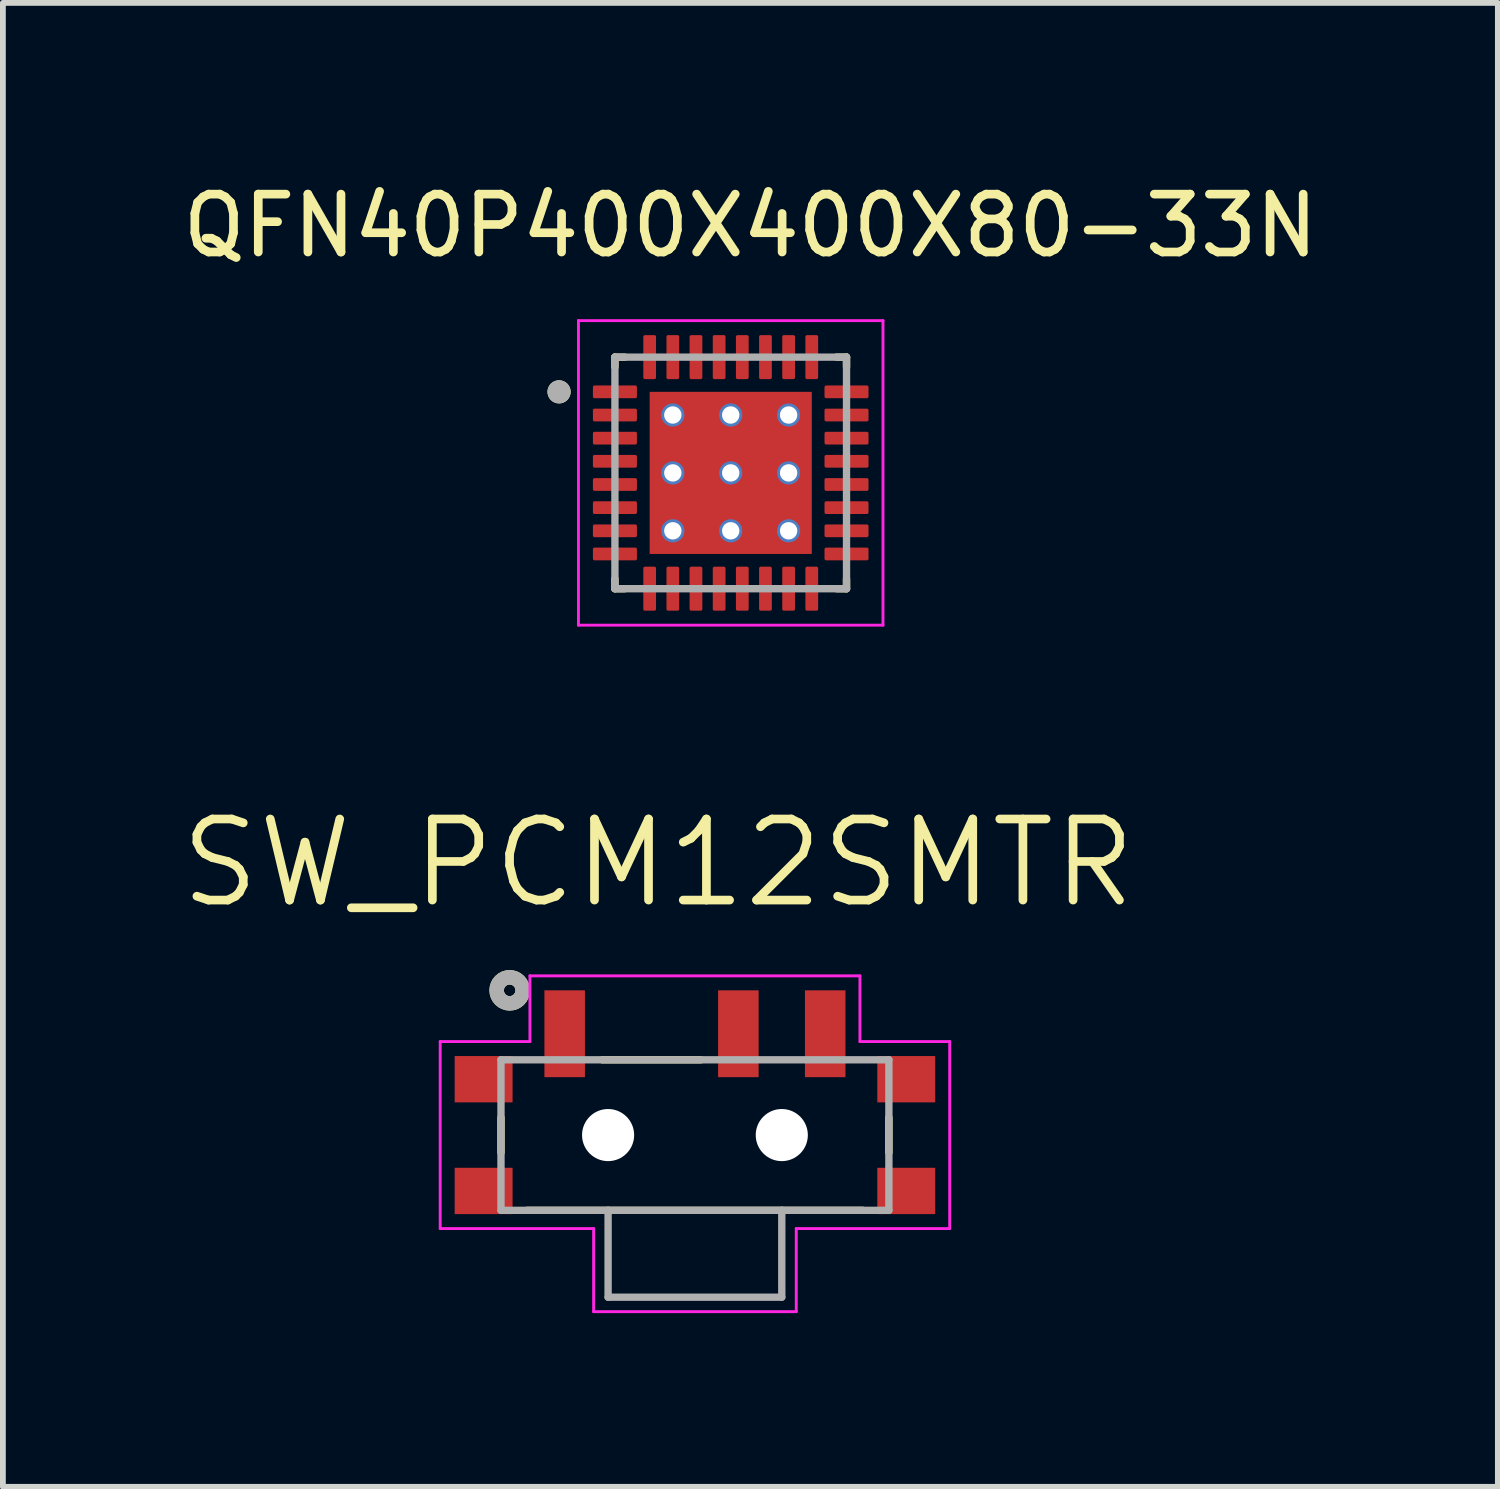
<source format=kicad_pcb>
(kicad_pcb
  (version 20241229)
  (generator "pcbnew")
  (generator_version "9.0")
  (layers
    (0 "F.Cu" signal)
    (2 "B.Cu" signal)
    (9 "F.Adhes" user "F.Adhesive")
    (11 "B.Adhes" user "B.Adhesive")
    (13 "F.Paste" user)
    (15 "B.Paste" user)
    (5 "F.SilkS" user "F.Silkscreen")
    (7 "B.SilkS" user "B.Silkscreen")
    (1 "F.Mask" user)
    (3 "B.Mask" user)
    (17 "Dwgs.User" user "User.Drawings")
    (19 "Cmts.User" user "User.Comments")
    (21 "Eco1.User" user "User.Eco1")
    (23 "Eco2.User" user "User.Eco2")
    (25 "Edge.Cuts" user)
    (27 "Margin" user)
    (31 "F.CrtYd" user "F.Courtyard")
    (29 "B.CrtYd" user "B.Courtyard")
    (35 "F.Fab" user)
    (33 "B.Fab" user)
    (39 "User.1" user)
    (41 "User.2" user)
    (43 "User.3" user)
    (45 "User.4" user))
  (footprint "QFN40P400X400X80-33N"
    (layer "F.Cu")
    (at 9.571 5.118)
    (property "Reference" "QFN40P400X400X80-33N" (at 0.34 -4.27 0) (layer "F.SilkS") (effects (font (size 1 1) (thickness 0.15))))
    (attr smd)
    (fp_line (start -2 -2) (end -2 -1.83) (stroke (width 0.127) (type solid)) (layer "F.SilkS"))
    (fp_line (start -2 -2) (end -1.83 -2) (stroke (width 0.127) (type solid)) (layer "F.SilkS"))
    (fp_line (start -2 2) (end -2 1.83) (stroke (width 0.127) (type solid)) (layer "F.SilkS"))
    (fp_line (start -2 2) (end -1.83 2) (stroke (width 0.127) (type solid)) (layer "F.SilkS"))
    (fp_line (start 2 -2) (end 1.83 -2) (stroke (width 0.127) (type solid)) (layer "F.SilkS"))
    (fp_line (start 2 -2) (end 2 -1.83) (stroke (width 0.127) (type solid)) (layer "F.SilkS"))
    (fp_line (start 2 2) (end 1.83 2) (stroke (width 0.127) (type solid)) (layer "F.SilkS"))
    (fp_line (start 2 2) (end 2 1.83) (stroke (width 0.127) (type solid)) (layer "F.SilkS"))
    (fp_circle (center -2.965 -1.4) (end -2.865 -1.4) (stroke (width 0.2) (type solid)) (fill no) (layer "F.SilkS"))
    (fp_poly (pts (xy -0.89 -0.89) (xy 0.89 -0.89) (xy 0.89 0.89) (xy -0.89 0.89)) (stroke (width 0.01) (type solid)) (fill yes) (layer "F.Paste"))
    (fp_line (start -2.63 -2.63) (end 2.63 -2.63) (stroke (width 0.05) (type solid)) (layer "F.CrtYd"))
    (fp_line (start -2.63 2.63) (end -2.63 -2.63) (stroke (width 0.05) (type solid)) (layer "F.CrtYd"))
    (fp_line (start -2.63 2.63) (end 2.63 2.63) (stroke (width 0.05) (type solid)) (layer "F.CrtYd"))
    (fp_line (start 2.63 2.63) (end 2.63 -2.63) (stroke (width 0.05) (type solid)) (layer "F.CrtYd"))
    (fp_line (start -2 2) (end -2 -2) (stroke (width 0.127) (type solid)) (layer "F.Fab"))
    (fp_line (start 2 -2) (end -2 -2) (stroke (width 0.127) (type solid)) (layer "F.Fab"))
    (fp_line (start 2 2) (end -2 2) (stroke (width 0.127) (type solid)) (layer "F.Fab"))
    (fp_line (start 2 2) (end 2 -2) (stroke (width 0.127) (type solid)) (layer "F.Fab"))
    (fp_circle (center -2.965 -1.4) (end -2.865 -1.4) (stroke (width 0.2) (type solid)) (fill no) (layer "F.Fab"))
    (pad "1" smd roundrect (at -2 -1.4) (size 0.76 0.22) (layers "F.Cu" "F.Mask" "F.Paste") (roundrect_rratio 0.125))
    (pad "2" smd roundrect (at -2 -1) (size 0.76 0.22) (layers "F.Cu" "F.Mask" "F.Paste") (roundrect_rratio 0.125))
    (pad "3" smd roundrect (at -2 -0.6) (size 0.76 0.22) (layers "F.Cu" "F.Mask" "F.Paste") (roundrect_rratio 0.125))
    (pad "4" smd roundrect (at -2 -0.2) (size 0.76 0.22) (layers "F.Cu" "F.Mask" "F.Paste") (roundrect_rratio 0.125))
    (pad "5" smd roundrect (at -2 0.2) (size 0.76 0.22) (layers "F.Cu" "F.Mask" "F.Paste") (roundrect_rratio 0.125))
    (pad "6" smd roundrect (at -2 0.6) (size 0.76 0.22) (layers "F.Cu" "F.Mask" "F.Paste") (roundrect_rratio 0.125))
    (pad "7" smd roundrect (at -2 1) (size 0.76 0.22) (layers "F.Cu" "F.Mask" "F.Paste") (roundrect_rratio 0.125))
    (pad "8" smd roundrect (at -2 1.4) (size 0.76 0.22) (layers "F.Cu" "F.Mask" "F.Paste") (roundrect_rratio 0.125))
    (pad "9" smd roundrect (at -1.4 2) (size 0.22 0.76) (layers "F.Cu" "F.Mask" "F.Paste") (roundrect_rratio 0.125))
    (pad "10" smd roundrect (at -1 2) (size 0.22 0.76) (layers "F.Cu" "F.Mask" "F.Paste") (roundrect_rratio 0.125))
    (pad "11" smd roundrect (at -0.6 2) (size 0.22 0.76) (layers "F.Cu" "F.Mask" "F.Paste") (roundrect_rratio 0.125))
    (pad "12" smd roundrect (at -0.2 2) (size 0.22 0.76) (layers "F.Cu" "F.Mask" "F.Paste") (roundrect_rratio 0.125))
    (pad "13" smd roundrect (at 0.2 2) (size 0.22 0.76) (layers "F.Cu" "F.Mask" "F.Paste") (roundrect_rratio 0.125))
    (pad "14" smd roundrect (at 0.6 2) (size 0.22 0.76) (layers "F.Cu" "F.Mask" "F.Paste") (roundrect_rratio 0.125))
    (pad "15" smd roundrect (at 1 2) (size 0.22 0.76) (layers "F.Cu" "F.Mask" "F.Paste") (roundrect_rratio 0.125))
    (pad "16" smd roundrect (at 1.4 2) (size 0.22 0.76) (layers "F.Cu" "F.Mask" "F.Paste") (roundrect_rratio 0.125))
    (pad "17" smd roundrect (at 2 1.4) (size 0.76 0.22) (layers "F.Cu" "F.Mask" "F.Paste") (roundrect_rratio 0.125))
    (pad "18" smd roundrect (at 2 1) (size 0.76 0.22) (layers "F.Cu" "F.Mask" "F.Paste") (roundrect_rratio 0.125))
    (pad "19" smd roundrect (at 2 0.6) (size 0.76 0.22) (layers "F.Cu" "F.Mask" "F.Paste") (roundrect_rratio 0.125))
    (pad "20" smd roundrect (at 2 0.2) (size 0.76 0.22) (layers "F.Cu" "F.Mask" "F.Paste") (roundrect_rratio 0.125))
    (pad "21" smd roundrect (at 2 -0.2) (size 0.76 0.22) (layers "F.Cu" "F.Mask" "F.Paste") (roundrect_rratio 0.125))
    (pad "22" smd roundrect (at 2 -0.6) (size 0.76 0.22) (layers "F.Cu" "F.Mask" "F.Paste") (roundrect_rratio 0.125))
    (pad "23" smd roundrect (at 2 -1) (size 0.76 0.22) (layers "F.Cu" "F.Mask" "F.Paste") (roundrect_rratio 0.125))
    (pad "24" smd roundrect (at 2 -1.4) (size 0.76 0.22) (layers "F.Cu" "F.Mask" "F.Paste") (roundrect_rratio 0.125))
    (pad "25" smd roundrect (at 1.4 -2) (size 0.22 0.76) (layers "F.Cu" "F.Mask" "F.Paste") (roundrect_rratio 0.125))
    (pad "26" smd roundrect (at 1 -2) (size 0.22 0.76) (layers "F.Cu" "F.Mask" "F.Paste") (roundrect_rratio 0.125))
    (pad "27" smd roundrect (at 0.6 -2) (size 0.22 0.76) (layers "F.Cu" "F.Mask" "F.Paste") (roundrect_rratio 0.125))
    (pad "28" smd roundrect (at 0.2 -2) (size 0.22 0.76) (layers "F.Cu" "F.Mask" "F.Paste") (roundrect_rratio 0.125))
    (pad "29" smd roundrect (at -0.2 -2) (size 0.22 0.76) (layers "F.Cu" "F.Mask" "F.Paste") (roundrect_rratio 0.125))
    (pad "30" smd roundrect (at -0.6 -2) (size 0.22 0.76) (layers "F.Cu" "F.Mask" "F.Paste") (roundrect_rratio 0.125))
    (pad "31" smd roundrect (at -1 -2) (size 0.22 0.76) (layers "F.Cu" "F.Mask" "F.Paste") (roundrect_rratio 0.125))
    (pad "32" smd roundrect (at -1.4 -2) (size 0.22 0.76) (layers "F.Cu" "F.Mask" "F.Paste") (roundrect_rratio 0.125))
    (pad "33" smd rect (at 0 0) (size 2.8 2.8) (layers "F.Cu" "F.Mask"))
    (pad "34" thru_hole circle (at -1 -1) (size 0.4 0.4) (drill 0.3) (layers "*.Cu" "*.Mask"))
    (pad "35" thru_hole circle (at 0 -1) (size 0.4 0.4) (drill 0.3) (layers "*.Cu" "*.Mask"))
    (pad "36" thru_hole circle (at 1 -1) (size 0.4 0.4) (drill 0.3) (layers "*.Cu" "*.Mask"))
    (pad "37" thru_hole circle (at -1 0) (size 0.4 0.4) (drill 0.3) (layers "*.Cu" "*.Mask"))
    (pad "38" thru_hole circle (at 0 0) (size 0.4 0.4) (drill 0.3) (layers "*.Cu" "*.Mask"))
    (pad "39" thru_hole circle (at 1 0) (size 0.4 0.4) (drill 0.3) (layers "*.Cu" "*.Mask"))
    (pad "40" thru_hole circle (at -1 1) (size 0.4 0.4) (drill 0.3) (layers "*.Cu" "*.Mask"))
    (pad "41" thru_hole circle (at 0 1) (size 0.4 0.4) (drill 0.3) (layers "*.Cu" "*.Mask"))
    (pad "42" thru_hole circle (at 1 1) (size 0.4 0.4) (drill 0.3) (layers "*.Cu" "*.Mask")))
  (footprint "SW_PCM12SMTR"
    (layer "F.Cu")
    (at 8.953 16.555)
    (property "Reference" "SW_PCM12SMTR" (at -0.635 -4.699 0) (layer "F.SilkS") (effects (font (size 1.4 1.4) (thickness 0.15))))
    (attr smd)
    (fp_line (start -3.35 0.3) (end -3.35 -0.3) (stroke (width 0.127) (type solid)) (layer "F.SilkS"))
    (fp_line (start -2.9 1.3) (end 2.9 1.3) (stroke (width 0.127) (type solid)) (layer "F.SilkS"))
    (fp_line (start -1.6 -1.3) (end 0.1 -1.3) (stroke (width 0.127) (type solid)) (layer "F.SilkS"))
    (fp_line (start 3.35 -0.3) (end 3.35 0.3) (stroke (width 0.127) (type solid)) (layer "F.SilkS"))
    (fp_circle (center -3.2 -2.5) (end -3.1 -2.5) (stroke (width 0.25) (type solid)) (fill no) (layer "F.SilkS"))
    (fp_line (start -4.4 -1.615) (end -2.85 -1.615) (stroke (width 0.05) (type solid)) (layer "F.CrtYd"))
    (fp_line (start -4.4 1.615) (end -4.4 -1.615) (stroke (width 0.05) (type solid)) (layer "F.CrtYd"))
    (fp_line (start -2.85 -2.75) (end 2.85 -2.75) (stroke (width 0.05) (type solid)) (layer "F.CrtYd"))
    (fp_line (start -2.85 -1.615) (end -2.85 -2.75) (stroke (width 0.05) (type solid)) (layer "F.CrtYd"))
    (fp_line (start -1.75 1.615) (end -4.4 1.615) (stroke (width 0.05) (type solid)) (layer "F.CrtYd"))
    (fp_line (start -1.75 3.05) (end -1.75 1.615) (stroke (width 0.05) (type solid)) (layer "F.CrtYd"))
    (fp_line (start 1.75 1.615) (end 1.75 3.05) (stroke (width 0.05) (type solid)) (layer "F.CrtYd"))
    (fp_line (start 1.75 3.05) (end -1.75 3.05) (stroke (width 0.05) (type solid)) (layer "F.CrtYd"))
    (fp_line (start 2.85 -2.75) (end 2.85 -1.615) (stroke (width 0.05) (type solid)) (layer "F.CrtYd"))
    (fp_line (start 2.85 -1.615) (end 4.4 -1.615) (stroke (width 0.05) (type solid)) (layer "F.CrtYd"))
    (fp_line (start 4.4 -1.615) (end 4.4 1.615) (stroke (width 0.05) (type solid)) (layer "F.CrtYd"))
    (fp_line (start 4.4 1.615) (end 1.75 1.615) (stroke (width 0.05) (type solid)) (layer "F.CrtYd"))
    (fp_line (start -3.35 -1.3) (end 3.35 -1.3) (stroke (width 0.127) (type solid)) (layer "F.Fab"))
    (fp_line (start -3.35 1.3) (end -3.35 -1.3) (stroke (width 0.127) (type solid)) (layer "F.Fab"))
    (fp_line (start -1.5 1.3) (end -3.35 1.3) (stroke (width 0.127) (type solid)) (layer "F.Fab"))
    (fp_line (start -1.5 1.3) (end -1.5 2.8) (stroke (width 0.127) (type solid)) (layer "F.Fab"))
    (fp_line (start -1.5 2.8) (end 1.5 2.8) (stroke (width 0.127) (type solid)) (layer "F.Fab"))
    (fp_line (start 1.5 1.3) (end -1.5 1.3) (stroke (width 0.127) (type solid)) (layer "F.Fab"))
    (fp_line (start 1.5 2.8) (end 1.5 1.3) (stroke (width 0.127) (type solid)) (layer "F.Fab"))
    (fp_line (start 3.35 -1.3) (end 3.35 1.3) (stroke (width 0.127) (type solid)) (layer "F.Fab"))
    (fp_line (start 3.35 1.3) (end 1.5 1.3) (stroke (width 0.127) (type solid)) (layer "F.Fab"))
    (fp_circle (center -3.2 -2.5) (end -3.1 -2.5) (stroke (width 0.25) (type solid)) (fill no) (layer "F.Fab"))
    (pad "" np_thru_hole circle (at -1.5 0) (size 0.9 0.9) (drill 0.9) (layers "*.Cu" "*.Mask"))
    (pad "" np_thru_hole circle (at 1.5 0) (size 0.9 0.9) (drill 0.9) (layers "*.Cu" "*.Mask"))
    (pad "1" smd rect (at -2.25 -1.75) (size 0.7 1.5) (layers "F.Cu" "F.Mask" "F.Paste"))
    (pad "2" smd rect (at 0.75 -1.75) (size 0.7 1.5) (layers "F.Cu" "F.Mask" "F.Paste"))
    (pad "3" smd rect (at 2.25 -1.75) (size 0.7 1.5) (layers "F.Cu" "F.Mask" "F.Paste"))
    (pad "S1" smd rect (at -3.65 -0.965) (size 1 0.8) (layers "F.Cu" "F.Mask" "F.Paste"))
    (pad "S2" smd rect (at -3.65 0.965) (size 1 0.8) (layers "F.Cu" "F.Mask" "F.Paste"))
    (pad "S3" smd rect (at 3.65 0.965) (size 1 0.8) (layers "F.Cu" "F.Mask" "F.Paste"))
    (pad "S4" smd rect (at 3.65 -0.965) (size 1 0.8) (layers "F.Cu" "F.Mask" "F.Paste")))
  (gr_rect
    (start -3 -3)
    (end 22.821 22.63)
    (stroke (width 0.1) (type default))
    (fill no)
    (layer "Edge.Cuts")))
</source>
